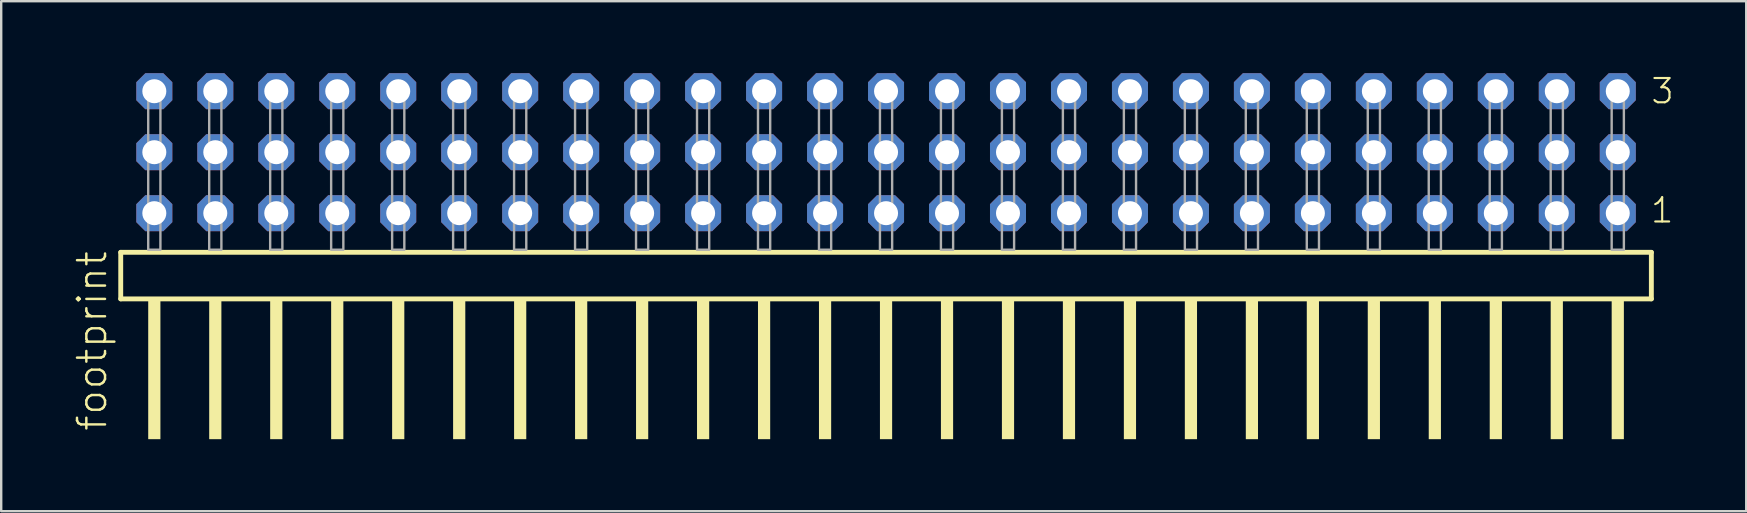
<source format=kicad_pcb>
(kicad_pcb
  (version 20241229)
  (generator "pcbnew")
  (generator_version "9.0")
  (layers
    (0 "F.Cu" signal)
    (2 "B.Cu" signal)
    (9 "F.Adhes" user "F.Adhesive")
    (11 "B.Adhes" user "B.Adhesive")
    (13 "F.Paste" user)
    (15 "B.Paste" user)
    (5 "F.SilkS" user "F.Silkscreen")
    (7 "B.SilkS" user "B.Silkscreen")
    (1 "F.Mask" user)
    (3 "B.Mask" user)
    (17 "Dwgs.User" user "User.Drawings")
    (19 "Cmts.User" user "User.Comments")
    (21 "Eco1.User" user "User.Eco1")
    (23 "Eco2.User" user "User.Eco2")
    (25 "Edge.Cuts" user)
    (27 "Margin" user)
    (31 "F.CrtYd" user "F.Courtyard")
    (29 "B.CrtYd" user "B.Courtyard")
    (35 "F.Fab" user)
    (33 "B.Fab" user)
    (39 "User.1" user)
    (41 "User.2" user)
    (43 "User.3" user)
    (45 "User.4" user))
  (footprint "footprint"
    (layer "F.Cu")
    (at 33.858 7.354)
    (property "Reference" "footprint" (at -32.385 7.62 90) (layer "F.SilkS") (effects (font (size 1.168 1.168) (thickness 0.102)) (justify left bottom)))
    (fp_line (start -31.879 0.106) (end -31.879 2.046) (stroke (width 0.203) (type solid)) (layer "F.SilkS"))
    (fp_line (start -31.879 2.046) (end 31.879 2.046) (stroke (width 0.203) (type solid)) (layer "F.SilkS"))
    (fp_line (start 31.879 0.106) (end -31.879 0.106) (stroke (width 0.203) (type solid)) (layer "F.SilkS"))
    (fp_line (start 31.879 2.046) (end 31.879 0.106) (stroke (width 0.203) (type solid)) (layer "F.SilkS"))
    (fp_poly (pts (xy -30.734 7.89) (xy -30.226 7.89) (xy -30.226 2.04) (xy -30.734 2.04)) (stroke (width 0) (type solid)) (fill yes) (layer "F.SilkS"))
    (fp_poly (pts (xy -28.194 7.89) (xy -27.686 7.89) (xy -27.686 2.04) (xy -28.194 2.04)) (stroke (width 0) (type solid)) (fill yes) (layer "F.SilkS"))
    (fp_poly (pts (xy -25.654 7.89) (xy -25.146 7.89) (xy -25.146 2.04) (xy -25.654 2.04)) (stroke (width 0) (type solid)) (fill yes) (layer "F.SilkS"))
    (fp_poly (pts (xy -23.114 7.89) (xy -22.606 7.89) (xy -22.606 2.04) (xy -23.114 2.04)) (stroke (width 0) (type solid)) (fill yes) (layer "F.SilkS"))
    (fp_poly (pts (xy -20.574 7.89) (xy -20.066 7.89) (xy -20.066 2.04) (xy -20.574 2.04)) (stroke (width 0) (type solid)) (fill yes) (layer "F.SilkS"))
    (fp_poly (pts (xy -18.034 7.89) (xy -17.526 7.89) (xy -17.526 2.04) (xy -18.034 2.04)) (stroke (width 0) (type solid)) (fill yes) (layer "F.SilkS"))
    (fp_poly (pts (xy -15.494 7.89) (xy -14.986 7.89) (xy -14.986 2.04) (xy -15.494 2.04)) (stroke (width 0) (type solid)) (fill yes) (layer "F.SilkS"))
    (fp_poly (pts (xy -12.954 7.89) (xy -12.446 7.89) (xy -12.446 2.04) (xy -12.954 2.04)) (stroke (width 0) (type solid)) (fill yes) (layer "F.SilkS"))
    (fp_poly (pts (xy -10.414 7.89) (xy -9.906 7.89) (xy -9.906 2.04) (xy -10.414 2.04)) (stroke (width 0) (type solid)) (fill yes) (layer "F.SilkS"))
    (fp_poly (pts (xy -7.874 7.89) (xy -7.366 7.89) (xy -7.366 2.04) (xy -7.874 2.04)) (stroke (width 0) (type solid)) (fill yes) (layer "F.SilkS"))
    (fp_poly (pts (xy -5.334 7.89) (xy -4.826 7.89) (xy -4.826 2.04) (xy -5.334 2.04)) (stroke (width 0) (type solid)) (fill yes) (layer "F.SilkS"))
    (fp_poly (pts (xy -2.794 7.89) (xy -2.286 7.89) (xy -2.286 2.04) (xy -2.794 2.04)) (stroke (width 0) (type solid)) (fill yes) (layer "F.SilkS"))
    (fp_poly (pts (xy -0.254 7.89) (xy 0.254 7.89) (xy 0.254 2.04) (xy -0.254 2.04)) (stroke (width 0) (type solid)) (fill yes) (layer "F.SilkS"))
    (fp_poly (pts (xy 2.286 7.89) (xy 2.794 7.89) (xy 2.794 2.04) (xy 2.286 2.04)) (stroke (width 0) (type solid)) (fill yes) (layer "F.SilkS"))
    (fp_poly (pts (xy 4.826 7.89) (xy 5.334 7.89) (xy 5.334 2.04) (xy 4.826 2.04)) (stroke (width 0) (type solid)) (fill yes) (layer "F.SilkS"))
    (fp_poly (pts (xy 7.366 7.89) (xy 7.874 7.89) (xy 7.874 2.04) (xy 7.366 2.04)) (stroke (width 0) (type solid)) (fill yes) (layer "F.SilkS"))
    (fp_poly (pts (xy 9.906 7.89) (xy 10.414 7.89) (xy 10.414 2.04) (xy 9.906 2.04)) (stroke (width 0) (type solid)) (fill yes) (layer "F.SilkS"))
    (fp_poly (pts (xy 12.446 7.89) (xy 12.954 7.89) (xy 12.954 2.04) (xy 12.446 2.04)) (stroke (width 0) (type solid)) (fill yes) (layer "F.SilkS"))
    (fp_poly (pts (xy 14.986 7.89) (xy 15.494 7.89) (xy 15.494 2.04) (xy 14.986 2.04)) (stroke (width 0) (type solid)) (fill yes) (layer "F.SilkS"))
    (fp_poly (pts (xy 17.526 7.89) (xy 18.034 7.89) (xy 18.034 2.04) (xy 17.526 2.04)) (stroke (width 0) (type solid)) (fill yes) (layer "F.SilkS"))
    (fp_poly (pts (xy 20.066 7.89) (xy 20.574 7.89) (xy 20.574 2.04) (xy 20.066 2.04)) (stroke (width 0) (type solid)) (fill yes) (layer "F.SilkS"))
    (fp_poly (pts (xy 22.606 7.89) (xy 23.114 7.89) (xy 23.114 2.04) (xy 22.606 2.04)) (stroke (width 0) (type solid)) (fill yes) (layer "F.SilkS"))
    (fp_poly (pts (xy 25.146 7.89) (xy 25.654 7.89) (xy 25.654 2.04) (xy 25.146 2.04)) (stroke (width 0) (type solid)) (fill yes) (layer "F.SilkS"))
    (fp_poly (pts (xy 27.686 7.89) (xy 28.194 7.89) (xy 28.194 2.04) (xy 27.686 2.04)) (stroke (width 0) (type solid)) (fill yes) (layer "F.SilkS"))
    (fp_poly (pts (xy 30.226 7.89) (xy 30.734 7.89) (xy 30.734 2.04) (xy 30.226 2.04)) (stroke (width 0) (type solid)) (fill yes) (layer "F.SilkS"))
    (fp_poly (pts (xy -30.734 0) (xy -30.226 0) (xy -30.226 -6.858) (xy -30.734 -6.858)) (stroke (width 0.1) (type solid)) (fill no) (layer "F.Fab"))
    (fp_poly (pts (xy -28.194 0) (xy -27.686 0) (xy -27.686 -6.858) (xy -28.194 -6.858)) (stroke (width 0.1) (type solid)) (fill no) (layer "F.Fab"))
    (fp_poly (pts (xy -25.654 0) (xy -25.146 0) (xy -25.146 -6.858) (xy -25.654 -6.858)) (stroke (width 0.1) (type solid)) (fill no) (layer "F.Fab"))
    (fp_poly (pts (xy -23.114 0) (xy -22.606 0) (xy -22.606 -6.858) (xy -23.114 -6.858)) (stroke (width 0.1) (type solid)) (fill no) (layer "F.Fab"))
    (fp_poly (pts (xy -20.574 0) (xy -20.066 0) (xy -20.066 -6.858) (xy -20.574 -6.858)) (stroke (width 0.1) (type solid)) (fill no) (layer "F.Fab"))
    (fp_poly (pts (xy -18.034 0) (xy -17.526 0) (xy -17.526 -6.858) (xy -18.034 -6.858)) (stroke (width 0.1) (type solid)) (fill no) (layer "F.Fab"))
    (fp_poly (pts (xy -15.494 0) (xy -14.986 0) (xy -14.986 -6.858) (xy -15.494 -6.858)) (stroke (width 0.1) (type solid)) (fill no) (layer "F.Fab"))
    (fp_poly (pts (xy -12.954 0) (xy -12.446 0) (xy -12.446 -6.858) (xy -12.954 -6.858)) (stroke (width 0.1) (type solid)) (fill no) (layer "F.Fab"))
    (fp_poly (pts (xy -10.414 0) (xy -9.906 0) (xy -9.906 -6.858) (xy -10.414 -6.858)) (stroke (width 0.1) (type solid)) (fill no) (layer "F.Fab"))
    (fp_poly (pts (xy -7.874 0) (xy -7.366 0) (xy -7.366 -6.858) (xy -7.874 -6.858)) (stroke (width 0.1) (type solid)) (fill no) (layer "F.Fab"))
    (fp_poly (pts (xy -5.334 0) (xy -4.826 0) (xy -4.826 -6.858) (xy -5.334 -6.858)) (stroke (width 0.1) (type solid)) (fill no) (layer "F.Fab"))
    (fp_poly (pts (xy -2.794 0) (xy -2.286 0) (xy -2.286 -6.858) (xy -2.794 -6.858)) (stroke (width 0.1) (type solid)) (fill no) (layer "F.Fab"))
    (fp_poly (pts (xy -0.254 0) (xy 0.254 0) (xy 0.254 -6.858) (xy -0.254 -6.858)) (stroke (width 0.1) (type solid)) (fill no) (layer "F.Fab"))
    (fp_poly (pts (xy 2.286 0) (xy 2.794 0) (xy 2.794 -6.858) (xy 2.286 -6.858)) (stroke (width 0.1) (type solid)) (fill no) (layer "F.Fab"))
    (fp_poly (pts (xy 4.826 0) (xy 5.334 0) (xy 5.334 -6.858) (xy 4.826 -6.858)) (stroke (width 0.1) (type solid)) (fill no) (layer "F.Fab"))
    (fp_poly (pts (xy 7.366 0) (xy 7.874 0) (xy 7.874 -6.858) (xy 7.366 -6.858)) (stroke (width 0.1) (type solid)) (fill no) (layer "F.Fab"))
    (fp_poly (pts (xy 9.906 0) (xy 10.414 0) (xy 10.414 -6.858) (xy 9.906 -6.858)) (stroke (width 0.1) (type solid)) (fill no) (layer "F.Fab"))
    (fp_poly (pts (xy 12.446 0) (xy 12.954 0) (xy 12.954 -6.858) (xy 12.446 -6.858)) (stroke (width 0.1) (type solid)) (fill no) (layer "F.Fab"))
    (fp_poly (pts (xy 14.986 0) (xy 15.494 0) (xy 15.494 -6.858) (xy 14.986 -6.858)) (stroke (width 0.1) (type solid)) (fill no) (layer "F.Fab"))
    (fp_poly (pts (xy 17.526 0) (xy 18.034 0) (xy 18.034 -6.858) (xy 17.526 -6.858)) (stroke (width 0.1) (type solid)) (fill no) (layer "F.Fab"))
    (fp_poly (pts (xy 20.066 0) (xy 20.574 0) (xy 20.574 -6.858) (xy 20.066 -6.858)) (stroke (width 0.1) (type solid)) (fill no) (layer "F.Fab"))
    (fp_poly (pts (xy 22.606 0) (xy 23.114 0) (xy 23.114 -6.858) (xy 22.606 -6.858)) (stroke (width 0.1) (type solid)) (fill no) (layer "F.Fab"))
    (fp_poly (pts (xy 25.146 0) (xy 25.654 0) (xy 25.654 -6.858) (xy 25.146 -6.858)) (stroke (width 0.1) (type solid)) (fill no) (layer "F.Fab"))
    (fp_poly (pts (xy 27.686 0) (xy 28.194 0) (xy 28.194 -6.858) (xy 27.686 -6.858)) (stroke (width 0.1) (type solid)) (fill no) (layer "F.Fab"))
    (fp_poly (pts (xy 30.226 0) (xy 30.734 0) (xy 30.734 -6.858) (xy 30.226 -6.858)) (stroke (width 0.1) (type solid)) (fill no) (layer "F.Fab"))
    (fp_text user "1" (at 31.79 -1.05 0) (layer "F.SilkS") (effects (font (size 1.012 1.012) (thickness 0.088)) (justify left bottom)))
    (fp_text user "3" (at 31.805 -6.015 0) (layer "F.SilkS") (effects (font (size 1.012 1.012) (thickness 0.088)) (justify left bottom)))
    (pad "1" thru_hole roundrect (at 30.48 -1.524 180) (size 1.5 1.5) (drill 1) (layers "*.Cu" "*.Mask") (roundrect_rratio 0.25) (chamfer_ratio 0.25) (chamfer top_left top_right bottom_left bottom_right))
    (pad "2" thru_hole roundrect (at 30.48 -4.064 180) (size 1.5 1.5) (drill 1) (layers "*.Cu" "*.Mask") (roundrect_rratio 0.25) (chamfer_ratio 0.25) (chamfer top_left top_right bottom_left bottom_right))
    (pad "3" thru_hole roundrect (at 30.48 -6.604 180) (size 1.5 1.5) (drill 1) (layers "*.Cu" "*.Mask") (roundrect_rratio 0.25) (chamfer_ratio 0.25) (chamfer top_left top_right bottom_left bottom_right))
    (pad "4" thru_hole roundrect (at 27.94 -1.524 180) (size 1.5 1.5) (drill 1) (layers "*.Cu" "*.Mask") (roundrect_rratio 0.25) (chamfer_ratio 0.25) (chamfer top_left top_right bottom_left bottom_right))
    (pad "5" thru_hole roundrect (at 27.94 -4.064 180) (size 1.5 1.5) (drill 1) (layers "*.Cu" "*.Mask") (roundrect_rratio 0.25) (chamfer_ratio 0.25) (chamfer top_left top_right bottom_left bottom_right))
    (pad "6" thru_hole roundrect (at 27.94 -6.604 180) (size 1.5 1.5) (drill 1) (layers "*.Cu" "*.Mask") (roundrect_rratio 0.25) (chamfer_ratio 0.25) (chamfer top_left top_right bottom_left bottom_right))
    (pad "7" thru_hole roundrect (at 25.4 -1.524 180) (size 1.5 1.5) (drill 1) (layers "*.Cu" "*.Mask") (roundrect_rratio 0.25) (chamfer_ratio 0.25) (chamfer top_left top_right bottom_left bottom_right))
    (pad "8" thru_hole roundrect (at 25.4 -4.064 180) (size 1.5 1.5) (drill 1) (layers "*.Cu" "*.Mask") (roundrect_rratio 0.25) (chamfer_ratio 0.25) (chamfer top_left top_right bottom_left bottom_right))
    (pad "9" thru_hole roundrect (at 25.4 -6.604 180) (size 1.5 1.5) (drill 1) (layers "*.Cu" "*.Mask") (roundrect_rratio 0.25) (chamfer_ratio 0.25) (chamfer top_left top_right bottom_left bottom_right))
    (pad "10" thru_hole roundrect (at 22.86 -1.524 180) (size 1.5 1.5) (drill 1) (layers "*.Cu" "*.Mask") (roundrect_rratio 0.25) (chamfer_ratio 0.25) (chamfer top_left top_right bottom_left bottom_right))
    (pad "11" thru_hole roundrect (at 22.86 -4.064 180) (size 1.5 1.5) (drill 1) (layers "*.Cu" "*.Mask") (roundrect_rratio 0.25) (chamfer_ratio 0.25) (chamfer top_left top_right bottom_left bottom_right))
    (pad "12" thru_hole roundrect (at 22.86 -6.604 180) (size 1.5 1.5) (drill 1) (layers "*.Cu" "*.Mask") (roundrect_rratio 0.25) (chamfer_ratio 0.25) (chamfer top_left top_right bottom_left bottom_right))
    (pad "13" thru_hole roundrect (at 20.32 -1.524 180) (size 1.5 1.5) (drill 1) (layers "*.Cu" "*.Mask") (roundrect_rratio 0.25) (chamfer_ratio 0.25) (chamfer top_left top_right bottom_left bottom_right))
    (pad "14" thru_hole roundrect (at 20.32 -4.064 180) (size 1.5 1.5) (drill 1) (layers "*.Cu" "*.Mask") (roundrect_rratio 0.25) (chamfer_ratio 0.25) (chamfer top_left top_right bottom_left bottom_right))
    (pad "15" thru_hole roundrect (at 20.32 -6.604 180) (size 1.5 1.5) (drill 1) (layers "*.Cu" "*.Mask") (roundrect_rratio 0.25) (chamfer_ratio 0.25) (chamfer top_left top_right bottom_left bottom_right))
    (pad "16" thru_hole roundrect (at 17.78 -1.524 180) (size 1.5 1.5) (drill 1) (layers "*.Cu" "*.Mask") (roundrect_rratio 0.25) (chamfer_ratio 0.25) (chamfer top_left top_right bottom_left bottom_right))
    (pad "17" thru_hole roundrect (at 17.78 -4.064 180) (size 1.5 1.5) (drill 1) (layers "*.Cu" "*.Mask") (roundrect_rratio 0.25) (chamfer_ratio 0.25) (chamfer top_left top_right bottom_left bottom_right))
    (pad "18" thru_hole roundrect (at 17.78 -6.604 180) (size 1.5 1.5) (drill 1) (layers "*.Cu" "*.Mask") (roundrect_rratio 0.25) (chamfer_ratio 0.25) (chamfer top_left top_right bottom_left bottom_right))
    (pad "19" thru_hole roundrect (at 15.24 -1.524 180) (size 1.5 1.5) (drill 1) (layers "*.Cu" "*.Mask") (roundrect_rratio 0.25) (chamfer_ratio 0.25) (chamfer top_left top_right bottom_left bottom_right))
    (pad "20" thru_hole roundrect (at 15.24 -4.064 180) (size 1.5 1.5) (drill 1) (layers "*.Cu" "*.Mask") (roundrect_rratio 0.25) (chamfer_ratio 0.25) (chamfer top_left top_right bottom_left bottom_right))
    (pad "21" thru_hole roundrect (at 15.24 -6.604 180) (size 1.5 1.5) (drill 1) (layers "*.Cu" "*.Mask") (roundrect_rratio 0.25) (chamfer_ratio 0.25) (chamfer top_left top_right bottom_left bottom_right))
    (pad "22" thru_hole roundrect (at 12.7 -1.524 180) (size 1.5 1.5) (drill 1) (layers "*.Cu" "*.Mask") (roundrect_rratio 0.25) (chamfer_ratio 0.25) (chamfer top_left top_right bottom_left bottom_right))
    (pad "23" thru_hole roundrect (at 12.7 -4.064 180) (size 1.5 1.5) (drill 1) (layers "*.Cu" "*.Mask") (roundrect_rratio 0.25) (chamfer_ratio 0.25) (chamfer top_left top_right bottom_left bottom_right))
    (pad "24" thru_hole roundrect (at 12.7 -6.604 180) (size 1.5 1.5) (drill 1) (layers "*.Cu" "*.Mask") (roundrect_rratio 0.25) (chamfer_ratio 0.25) (chamfer top_left top_right bottom_left bottom_right))
    (pad "25" thru_hole roundrect (at 10.16 -1.524 180) (size 1.5 1.5) (drill 1) (layers "*.Cu" "*.Mask") (roundrect_rratio 0.25) (chamfer_ratio 0.25) (chamfer top_left top_right bottom_left bottom_right))
    (pad "26" thru_hole roundrect (at 10.16 -4.064 180) (size 1.5 1.5) (drill 1) (layers "*.Cu" "*.Mask") (roundrect_rratio 0.25) (chamfer_ratio 0.25) (chamfer top_left top_right bottom_left bottom_right))
    (pad "27" thru_hole roundrect (at 10.16 -6.604 180) (size 1.5 1.5) (drill 1) (layers "*.Cu" "*.Mask") (roundrect_rratio 0.25) (chamfer_ratio 0.25) (chamfer top_left top_right bottom_left bottom_right))
    (pad "28" thru_hole roundrect (at 7.62 -1.524 180) (size 1.5 1.5) (drill 1) (layers "*.Cu" "*.Mask") (roundrect_rratio 0.25) (chamfer_ratio 0.25) (chamfer top_left top_right bottom_left bottom_right))
    (pad "29" thru_hole roundrect (at 7.62 -4.064 180) (size 1.5 1.5) (drill 1) (layers "*.Cu" "*.Mask") (roundrect_rratio 0.25) (chamfer_ratio 0.25) (chamfer top_left top_right bottom_left bottom_right))
    (pad "30" thru_hole roundrect (at 7.62 -6.604 180) (size 1.5 1.5) (drill 1) (layers "*.Cu" "*.Mask") (roundrect_rratio 0.25) (chamfer_ratio 0.25) (chamfer top_left top_right bottom_left bottom_right))
    (pad "31" thru_hole roundrect (at 5.08 -1.524 180) (size 1.5 1.5) (drill 1) (layers "*.Cu" "*.Mask") (roundrect_rratio 0.25) (chamfer_ratio 0.25) (chamfer top_left top_right bottom_left bottom_right))
    (pad "32" thru_hole roundrect (at 5.08 -4.064 180) (size 1.5 1.5) (drill 1) (layers "*.Cu" "*.Mask") (roundrect_rratio 0.25) (chamfer_ratio 0.25) (chamfer top_left top_right bottom_left bottom_right))
    (pad "33" thru_hole roundrect (at 5.08 -6.604 180) (size 1.5 1.5) (drill 1) (layers "*.Cu" "*.Mask") (roundrect_rratio 0.25) (chamfer_ratio 0.25) (chamfer top_left top_right bottom_left bottom_right))
    (pad "34" thru_hole roundrect (at 2.54 -1.524 180) (size 1.5 1.5) (drill 1) (layers "*.Cu" "*.Mask") (roundrect_rratio 0.25) (chamfer_ratio 0.25) (chamfer top_left top_right bottom_left bottom_right))
    (pad "35" thru_hole roundrect (at 2.54 -4.064 180) (size 1.5 1.5) (drill 1) (layers "*.Cu" "*.Mask") (roundrect_rratio 0.25) (chamfer_ratio 0.25) (chamfer top_left top_right bottom_left bottom_right))
    (pad "36" thru_hole roundrect (at 2.54 -6.604 180) (size 1.5 1.5) (drill 1) (layers "*.Cu" "*.Mask") (roundrect_rratio 0.25) (chamfer_ratio 0.25) (chamfer top_left top_right bottom_left bottom_right))
    (pad "37" thru_hole roundrect (at 0 -1.524 180) (size 1.5 1.5) (drill 1) (layers "*.Cu" "*.Mask") (roundrect_rratio 0.25) (chamfer_ratio 0.25) (chamfer top_left top_right bottom_left bottom_right))
    (pad "38" thru_hole roundrect (at 0 -4.064 180) (size 1.5 1.5) (drill 1) (layers "*.Cu" "*.Mask") (roundrect_rratio 0.25) (chamfer_ratio 0.25) (chamfer top_left top_right bottom_left bottom_right))
    (pad "39" thru_hole roundrect (at 0 -6.604 180) (size 1.5 1.5) (drill 1) (layers "*.Cu" "*.Mask") (roundrect_rratio 0.25) (chamfer_ratio 0.25) (chamfer top_left top_right bottom_left bottom_right))
    (pad "40" thru_hole roundrect (at -2.54 -1.524 180) (size 1.5 1.5) (drill 1) (layers "*.Cu" "*.Mask") (roundrect_rratio 0.25) (chamfer_ratio 0.25) (chamfer top_left top_right bottom_left bottom_right))
    (pad "41" thru_hole roundrect (at -2.54 -4.064 180) (size 1.5 1.5) (drill 1) (layers "*.Cu" "*.Mask") (roundrect_rratio 0.25) (chamfer_ratio 0.25) (chamfer top_left top_right bottom_left bottom_right))
    (pad "42" thru_hole roundrect (at -2.54 -6.604 180) (size 1.5 1.5) (drill 1) (layers "*.Cu" "*.Mask") (roundrect_rratio 0.25) (chamfer_ratio 0.25) (chamfer top_left top_right bottom_left bottom_right))
    (pad "43" thru_hole roundrect (at -5.08 -1.524 180) (size 1.5 1.5) (drill 1) (layers "*.Cu" "*.Mask") (roundrect_rratio 0.25) (chamfer_ratio 0.25) (chamfer top_left top_right bottom_left bottom_right))
    (pad "44" thru_hole roundrect (at -5.08 -4.064 180) (size 1.5 1.5) (drill 1) (layers "*.Cu" "*.Mask") (roundrect_rratio 0.25) (chamfer_ratio 0.25) (chamfer top_left top_right bottom_left bottom_right))
    (pad "45" thru_hole roundrect (at -5.08 -6.604 180) (size 1.5 1.5) (drill 1) (layers "*.Cu" "*.Mask") (roundrect_rratio 0.25) (chamfer_ratio 0.25) (chamfer top_left top_right bottom_left bottom_right))
    (pad "46" thru_hole roundrect (at -7.62 -1.524 180) (size 1.5 1.5) (drill 1) (layers "*.Cu" "*.Mask") (roundrect_rratio 0.25) (chamfer_ratio 0.25) (chamfer top_left top_right bottom_left bottom_right))
    (pad "47" thru_hole roundrect (at -7.62 -4.064 180) (size 1.5 1.5) (drill 1) (layers "*.Cu" "*.Mask") (roundrect_rratio 0.25) (chamfer_ratio 0.25) (chamfer top_left top_right bottom_left bottom_right))
    (pad "48" thru_hole roundrect (at -7.62 -6.604 180) (size 1.5 1.5) (drill 1) (layers "*.Cu" "*.Mask") (roundrect_rratio 0.25) (chamfer_ratio 0.25) (chamfer top_left top_right bottom_left bottom_right))
    (pad "49" thru_hole roundrect (at -10.16 -1.524 180) (size 1.5 1.5) (drill 1) (layers "*.Cu" "*.Mask") (roundrect_rratio 0.25) (chamfer_ratio 0.25) (chamfer top_left top_right bottom_left bottom_right))
    (pad "50" thru_hole roundrect (at -10.16 -4.064 180) (size 1.5 1.5) (drill 1) (layers "*.Cu" "*.Mask") (roundrect_rratio 0.25) (chamfer_ratio 0.25) (chamfer top_left top_right bottom_left bottom_right))
    (pad "51" thru_hole roundrect (at -10.16 -6.604 180) (size 1.5 1.5) (drill 1) (layers "*.Cu" "*.Mask") (roundrect_rratio 0.25) (chamfer_ratio 0.25) (chamfer top_left top_right bottom_left bottom_right))
    (pad "52" thru_hole roundrect (at -12.7 -1.524 180) (size 1.5 1.5) (drill 1) (layers "*.Cu" "*.Mask") (roundrect_rratio 0.25) (chamfer_ratio 0.25) (chamfer top_left top_right bottom_left bottom_right))
    (pad "53" thru_hole roundrect (at -12.7 -4.064 180) (size 1.5 1.5) (drill 1) (layers "*.Cu" "*.Mask") (roundrect_rratio 0.25) (chamfer_ratio 0.25) (chamfer top_left top_right bottom_left bottom_right))
    (pad "54" thru_hole roundrect (at -12.7 -6.604 180) (size 1.5 1.5) (drill 1) (layers "*.Cu" "*.Mask") (roundrect_rratio 0.25) (chamfer_ratio 0.25) (chamfer top_left top_right bottom_left bottom_right))
    (pad "55" thru_hole roundrect (at -15.24 -1.524 180) (size 1.5 1.5) (drill 1) (layers "*.Cu" "*.Mask") (roundrect_rratio 0.25) (chamfer_ratio 0.25) (chamfer top_left top_right bottom_left bottom_right))
    (pad "56" thru_hole roundrect (at -15.24 -4.064 180) (size 1.5 1.5) (drill 1) (layers "*.Cu" "*.Mask") (roundrect_rratio 0.25) (chamfer_ratio 0.25) (chamfer top_left top_right bottom_left bottom_right))
    (pad "57" thru_hole roundrect (at -15.24 -6.604 180) (size 1.5 1.5) (drill 1) (layers "*.Cu" "*.Mask") (roundrect_rratio 0.25) (chamfer_ratio 0.25) (chamfer top_left top_right bottom_left bottom_right))
    (pad "58" thru_hole roundrect (at -17.78 -1.524 180) (size 1.5 1.5) (drill 1) (layers "*.Cu" "*.Mask") (roundrect_rratio 0.25) (chamfer_ratio 0.25) (chamfer top_left top_right bottom_left bottom_right))
    (pad "59" thru_hole roundrect (at -17.78 -4.064 180) (size 1.5 1.5) (drill 1) (layers "*.Cu" "*.Mask") (roundrect_rratio 0.25) (chamfer_ratio 0.25) (chamfer top_left top_right bottom_left bottom_right))
    (pad "60" thru_hole roundrect (at -17.78 -6.604 180) (size 1.5 1.5) (drill 1) (layers "*.Cu" "*.Mask") (roundrect_rratio 0.25) (chamfer_ratio 0.25) (chamfer top_left top_right bottom_left bottom_right))
    (pad "61" thru_hole roundrect (at -20.32 -1.524 180) (size 1.5 1.5) (drill 1) (layers "*.Cu" "*.Mask") (roundrect_rratio 0.25) (chamfer_ratio 0.25) (chamfer top_left top_right bottom_left bottom_right))
    (pad "62" thru_hole roundrect (at -20.32 -4.064 180) (size 1.5 1.5) (drill 1) (layers "*.Cu" "*.Mask") (roundrect_rratio 0.25) (chamfer_ratio 0.25) (chamfer top_left top_right bottom_left bottom_right))
    (pad "63" thru_hole roundrect (at -20.32 -6.604 180) (size 1.5 1.5) (drill 1) (layers "*.Cu" "*.Mask") (roundrect_rratio 0.25) (chamfer_ratio 0.25) (chamfer top_left top_right bottom_left bottom_right))
    (pad "64" thru_hole roundrect (at -22.86 -1.524 180) (size 1.5 1.5) (drill 1) (layers "*.Cu" "*.Mask") (roundrect_rratio 0.25) (chamfer_ratio 0.25) (chamfer top_left top_right bottom_left bottom_right))
    (pad "65" thru_hole roundrect (at -22.86 -4.064 180) (size 1.5 1.5) (drill 1) (layers "*.Cu" "*.Mask") (roundrect_rratio 0.25) (chamfer_ratio 0.25) (chamfer top_left top_right bottom_left bottom_right))
    (pad "66" thru_hole roundrect (at -22.86 -6.604 180) (size 1.5 1.5) (drill 1) (layers "*.Cu" "*.Mask") (roundrect_rratio 0.25) (chamfer_ratio 0.25) (chamfer top_left top_right bottom_left bottom_right))
    (pad "67" thru_hole roundrect (at -25.4 -1.524 180) (size 1.5 1.5) (drill 1) (layers "*.Cu" "*.Mask") (roundrect_rratio 0.25) (chamfer_ratio 0.25) (chamfer top_left top_right bottom_left bottom_right))
    (pad "68" thru_hole roundrect (at -25.4 -4.064 180) (size 1.5 1.5) (drill 1) (layers "*.Cu" "*.Mask") (roundrect_rratio 0.25) (chamfer_ratio 0.25) (chamfer top_left top_right bottom_left bottom_right))
    (pad "69" thru_hole roundrect (at -25.4 -6.604 180) (size 1.5 1.5) (drill 1) (layers "*.Cu" "*.Mask") (roundrect_rratio 0.25) (chamfer_ratio 0.25) (chamfer top_left top_right bottom_left bottom_right))
    (pad "70" thru_hole roundrect (at -27.94 -1.524 180) (size 1.5 1.5) (drill 1) (layers "*.Cu" "*.Mask") (roundrect_rratio 0.25) (chamfer_ratio 0.25) (chamfer top_left top_right bottom_left bottom_right))
    (pad "71" thru_hole roundrect (at -27.94 -4.064 180) (size 1.5 1.5) (drill 1) (layers "*.Cu" "*.Mask") (roundrect_rratio 0.25) (chamfer_ratio 0.25) (chamfer top_left top_right bottom_left bottom_right))
    (pad "72" thru_hole roundrect (at -27.94 -6.604 180) (size 1.5 1.5) (drill 1) (layers "*.Cu" "*.Mask") (roundrect_rratio 0.25) (chamfer_ratio 0.25) (chamfer top_left top_right bottom_left bottom_right))
    (pad "73" thru_hole roundrect (at -30.48 -1.524 180) (size 1.5 1.5) (drill 1) (layers "*.Cu" "*.Mask") (roundrect_rratio 0.25) (chamfer_ratio 0.25) (chamfer top_left top_right bottom_left bottom_right))
    (pad "74" thru_hole roundrect (at -30.48 -4.064 180) (size 1.5 1.5) (drill 1) (layers "*.Cu" "*.Mask") (roundrect_rratio 0.25) (chamfer_ratio 0.25) (chamfer top_left top_right bottom_left bottom_right))
    (pad "75" thru_hole roundrect (at -30.48 -6.604 180) (size 1.5 1.5) (drill 1) (layers "*.Cu" "*.Mask") (roundrect_rratio 0.25) (chamfer_ratio 0.25) (chamfer top_left top_right bottom_left bottom_right)))
  (gr_rect
    (start -3 -3)
    (end 69.689 18.244)
    (stroke (width 0.1) (type default))
    (fill no)
    (layer "Edge.Cuts")))
</source>
